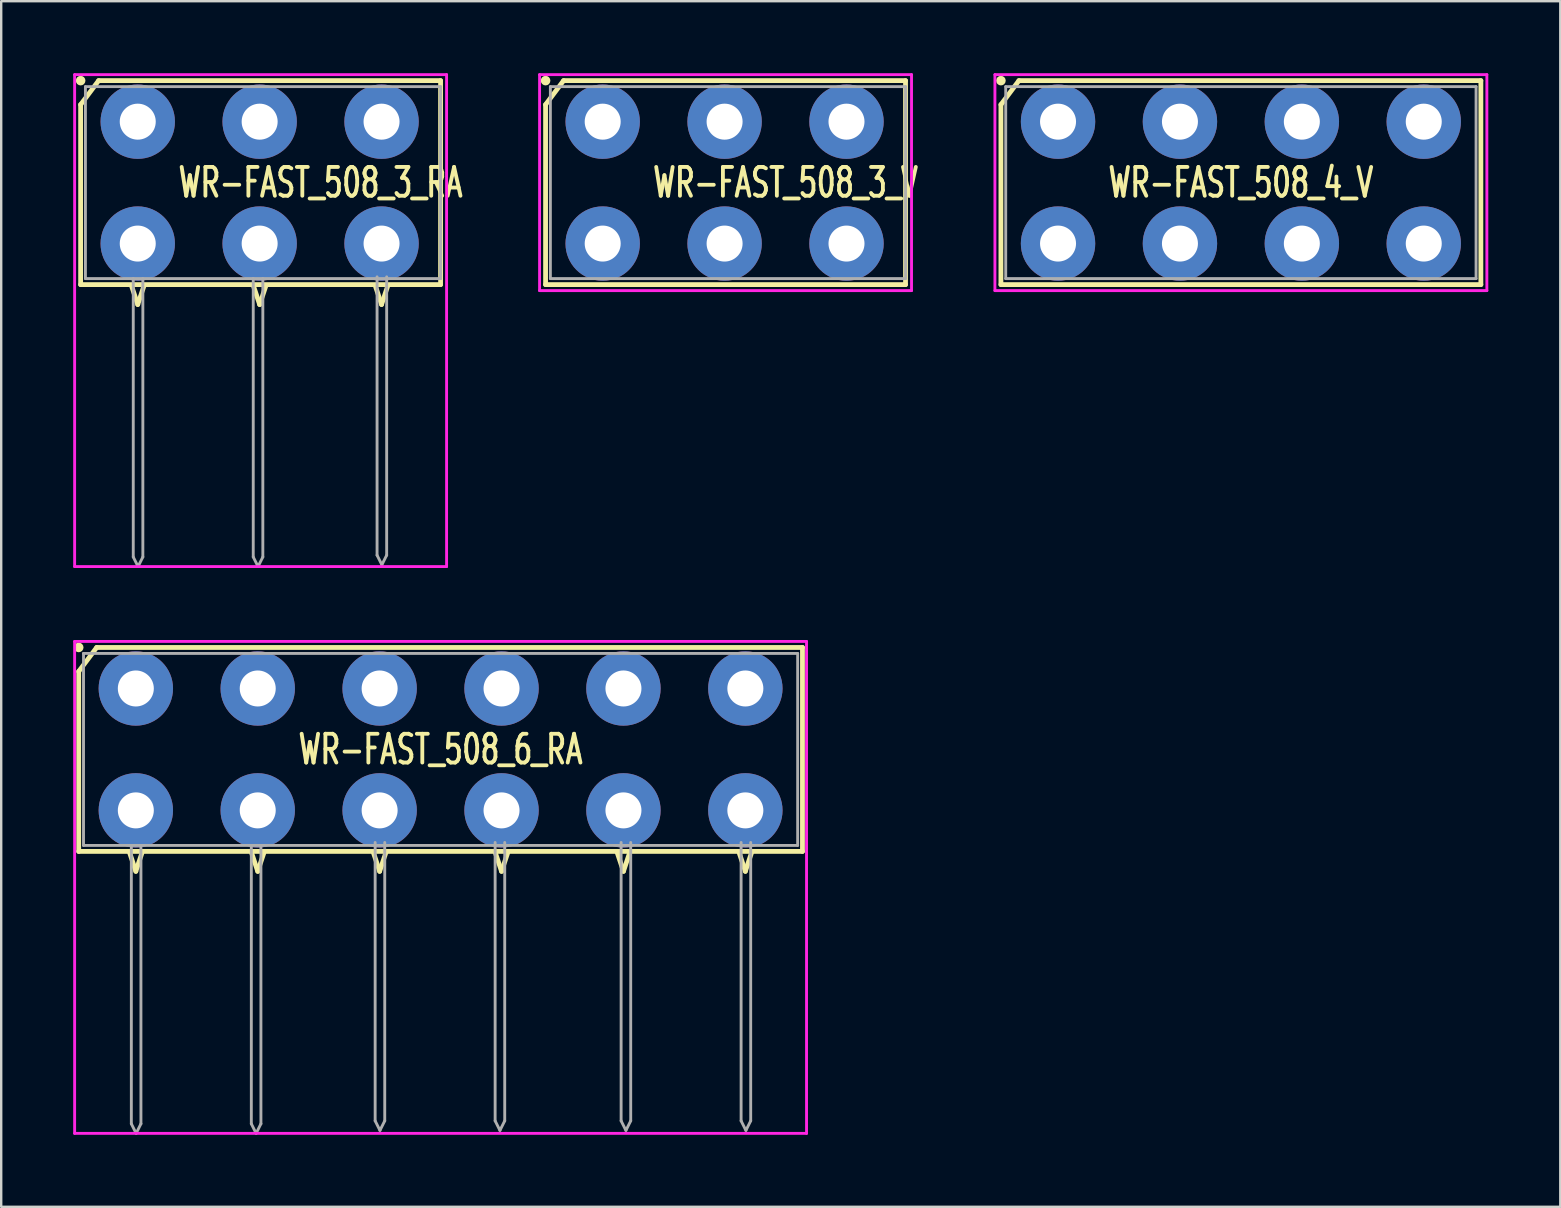
<source format=kicad_pcb>
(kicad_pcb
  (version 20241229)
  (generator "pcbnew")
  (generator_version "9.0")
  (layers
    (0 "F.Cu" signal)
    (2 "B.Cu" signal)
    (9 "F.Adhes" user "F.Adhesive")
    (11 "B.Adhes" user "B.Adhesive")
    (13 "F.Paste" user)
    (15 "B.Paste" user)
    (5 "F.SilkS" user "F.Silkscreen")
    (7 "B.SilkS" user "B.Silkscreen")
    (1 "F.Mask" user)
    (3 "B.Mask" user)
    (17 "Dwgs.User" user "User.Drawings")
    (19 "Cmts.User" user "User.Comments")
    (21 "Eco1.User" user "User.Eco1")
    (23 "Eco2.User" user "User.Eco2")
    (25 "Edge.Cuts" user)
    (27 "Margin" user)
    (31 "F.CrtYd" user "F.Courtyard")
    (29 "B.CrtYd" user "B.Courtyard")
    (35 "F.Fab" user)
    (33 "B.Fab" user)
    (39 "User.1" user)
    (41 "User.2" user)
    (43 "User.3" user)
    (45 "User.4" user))
  (footprint "WR-FAST_508_6_RA"
    (layer "F.Cu")
    (at 15.31 28.18)
    (property "Reference" "WR-FAST_508_6_RA" (at 0 0 0) (layer "F.SilkS") (effects (font (size 1.2 0.8) (thickness 0.16))))
    (attr through_hole)
    (fp_line (start -15.08 4.25) (end -15.08 -3.25) (stroke (width 0.2) (type solid)) (layer "F.SilkS"))
    (fp_line (start -14.33 -4.25) (end -15.08 -3.25) (stroke (width 0.2) (type solid)) (layer "F.SilkS"))
    (fp_line (start -14.33 -4.25) (end 15.08 -4.25) (stroke (width 0.2) (type solid)) (layer "F.SilkS"))
    (fp_line (start -12.954 4.318) (end -12.7 5.08) (stroke (width 0.2) (type solid)) (layer "F.SilkS"))
    (fp_line (start -12.7 5.08) (end -12.446 4.318) (stroke (width 0.2) (type solid)) (layer "F.SilkS"))
    (fp_line (start -7.874 4.318) (end -7.62 5.08) (stroke (width 0.2) (type solid)) (layer "F.SilkS"))
    (fp_line (start -7.62 5.08) (end -7.366 4.318) (stroke (width 0.2) (type solid)) (layer "F.SilkS"))
    (fp_line (start -2.794 4.318) (end -2.54 5.08) (stroke (width 0.2) (type solid)) (layer "F.SilkS"))
    (fp_line (start -2.54 5.08) (end -2.286 4.318) (stroke (width 0.2) (type solid)) (layer "F.SilkS"))
    (fp_line (start 2.286 4.318) (end 2.54 5.08) (stroke (width 0.2) (type solid)) (layer "F.SilkS"))
    (fp_line (start 2.54 5.08) (end 2.794 4.318) (stroke (width 0.2) (type solid)) (layer "F.SilkS"))
    (fp_line (start 7.366 4.318) (end 7.62 5.08) (stroke (width 0.2) (type solid)) (layer "F.SilkS"))
    (fp_line (start 7.62 5.08) (end 7.874 4.318) (stroke (width 0.2) (type solid)) (layer "F.SilkS"))
    (fp_line (start 12.446 4.318) (end 12.7 5.08) (stroke (width 0.2) (type solid)) (layer "F.SilkS"))
    (fp_line (start 12.7 5.08) (end 12.954 4.318) (stroke (width 0.2) (type solid)) (layer "F.SilkS"))
    (fp_line (start 15.08 -4.25) (end 15.08 4.25) (stroke (width 0.2) (type solid)) (layer "F.SilkS"))
    (fp_line (start 15.08 4.25) (end -15.08 4.25) (stroke (width 0.2) (type solid)) (layer "F.SilkS"))
    (fp_circle (center -15.08 -4.25) (end -15.18 -4.25) (stroke (width 0.2) (type solid)) (fill no) (layer "F.SilkS"))
    (fp_line (start -15.25 -4.5) (end 15.25 -4.5) (stroke (width 0.12) (type solid)) (layer "F.CrtYd"))
    (fp_line (start -15.25 16) (end -15.25 -4.5) (stroke (width 0.12) (type solid)) (layer "F.CrtYd"))
    (fp_line (start 15.25 -4.5) (end 15.25 16) (stroke (width 0.12) (type solid)) (layer "F.CrtYd"))
    (fp_line (start 15.25 16) (end -15.25 16) (stroke (width 0.12) (type solid)) (layer "F.CrtYd"))
    (fp_line (start -14.88 -4) (end 14.88 -4) (stroke (width 0.12) (type solid)) (layer "F.Fab"))
    (fp_line (start -14.88 4) (end -14.88 -4) (stroke (width 0.12) (type solid)) (layer "F.Fab"))
    (fp_line (start -12.887 4) (end -12.887 15.6) (stroke (width 0.12) (type solid)) (layer "F.Fab"))
    (fp_line (start -12.887 15.6) (end -12.687 16) (stroke (width 0.12) (type solid)) (layer "F.Fab"))
    (fp_line (start -12.687 16) (end -12.487 15.6) (stroke (width 0.12) (type solid)) (layer "F.Fab"))
    (fp_line (start -12.487 4) (end -12.487 15.6) (stroke (width 0.12) (type solid)) (layer "F.Fab"))
    (fp_line (start -7.887 4) (end -7.887 15.6) (stroke (width 0.12) (type solid)) (layer "F.Fab"))
    (fp_line (start -7.887 15.6) (end -7.687 16) (stroke (width 0.12) (type solid)) (layer "F.Fab"))
    (fp_line (start -7.687 16) (end -7.487 15.6) (stroke (width 0.12) (type solid)) (layer "F.Fab"))
    (fp_line (start -7.487 4) (end -7.487 15.6) (stroke (width 0.12) (type solid)) (layer "F.Fab"))
    (fp_line (start -2.727 3.877) (end -2.727 15.477) (stroke (width 0.12) (type solid)) (layer "F.Fab"))
    (fp_line (start -2.727 15.477) (end -2.527 15.877) (stroke (width 0.12) (type solid)) (layer "F.Fab"))
    (fp_line (start -2.527 15.877) (end -2.327 15.477) (stroke (width 0.12) (type solid)) (layer "F.Fab"))
    (fp_line (start -2.327 3.877) (end -2.327 15.477) (stroke (width 0.12) (type solid)) (layer "F.Fab"))
    (fp_line (start 2.273 3.877) (end 2.273 15.477) (stroke (width 0.12) (type solid)) (layer "F.Fab"))
    (fp_line (start 2.273 15.477) (end 2.473 15.877) (stroke (width 0.12) (type solid)) (layer "F.Fab"))
    (fp_line (start 2.473 15.877) (end 2.673 15.477) (stroke (width 0.12) (type solid)) (layer "F.Fab"))
    (fp_line (start 2.673 3.877) (end 2.673 15.477) (stroke (width 0.12) (type solid)) (layer "F.Fab"))
    (fp_line (start 7.523 3.877) (end 7.523 15.477) (stroke (width 0.12) (type solid)) (layer "F.Fab"))
    (fp_line (start 7.523 15.477) (end 7.723 15.877) (stroke (width 0.12) (type solid)) (layer "F.Fab"))
    (fp_line (start 7.723 15.877) (end 7.923 15.477) (stroke (width 0.12) (type solid)) (layer "F.Fab"))
    (fp_line (start 7.923 3.877) (end 7.923 15.477) (stroke (width 0.12) (type solid)) (layer "F.Fab"))
    (fp_line (start 12.523 3.877) (end 12.523 15.477) (stroke (width 0.12) (type solid)) (layer "F.Fab"))
    (fp_line (start 12.523 15.477) (end 12.723 15.877) (stroke (width 0.12) (type solid)) (layer "F.Fab"))
    (fp_line (start 12.723 15.877) (end 12.923 15.477) (stroke (width 0.12) (type solid)) (layer "F.Fab"))
    (fp_line (start 12.923 3.877) (end 12.923 15.477) (stroke (width 0.12) (type solid)) (layer "F.Fab"))
    (fp_line (start 14.88 -4) (end 14.88 4) (stroke (width 0.12) (type solid)) (layer "F.Fab"))
    (fp_line (start 14.88 4) (end -14.88 4) (stroke (width 0.12) (type solid)) (layer "F.Fab"))
    (pad "1" thru_hole circle (at -12.7 -2.54 180) (size 3.1 3.1) (drill 1.5) (layers "*.Cu" "*.Mask"))
    (pad "1" thru_hole circle (at -12.7 2.54 180) (size 3.1 3.1) (drill 1.5) (layers "*.Cu" "*.Mask"))
    (pad "2" thru_hole circle (at -7.62 -2.54 180) (size 3.1 3.1) (drill 1.5) (layers "*.Cu" "*.Mask"))
    (pad "2" thru_hole circle (at -7.62 2.54 180) (size 3.1 3.1) (drill 1.5) (layers "*.Cu" "*.Mask"))
    (pad "3" thru_hole circle (at -2.54 -2.54) (size 3.1 3.1) (drill 1.5) (layers "*.Cu" "*.Mask"))
    (pad "3" thru_hole circle (at -2.54 2.54) (size 3.1 3.1) (drill 1.5) (layers "*.Cu" "*.Mask"))
    (pad "4" thru_hole circle (at 2.54 -2.54) (size 3.1 3.1) (drill 1.5) (layers "*.Cu" "*.Mask"))
    (pad "4" thru_hole circle (at 2.54 2.54) (size 3.1 3.1) (drill 1.5) (layers "*.Cu" "*.Mask"))
    (pad "5" thru_hole circle (at 7.62 -2.54) (size 3.1 3.1) (drill 1.5) (layers "*.Cu" "*.Mask"))
    (pad "5" thru_hole circle (at 7.62 2.54) (size 3.1 3.1) (drill 1.5) (layers "*.Cu" "*.Mask"))
    (pad "6" thru_hole circle (at 12.7 -2.54) (size 3.1 3.1) (drill 1.5) (layers "*.Cu" "*.Mask"))
    (pad "6" thru_hole circle (at 12.7 2.54) (size 3.1 3.1) (drill 1.5) (layers "*.Cu" "*.Mask")))
  (footprint "WR-FAST_508_3_V"
    (layer "F.Cu")
    (at 27.145 4.56)
    (property "Reference" "WR-FAST_508_3_V" (at 2.54 0 0) (layer "F.SilkS") (effects (font (size 1.2 0.8) (thickness 0.16))))
    (attr through_hole)
    (fp_line (start -7.46 4.25) (end -7.46 -3.25) (stroke (width 0.2) (type solid)) (layer "F.SilkS"))
    (fp_line (start -6.71 -4.25) (end -7.46 -3.25) (stroke (width 0.2) (type solid)) (layer "F.SilkS"))
    (fp_line (start -6.71 -4.25) (end 7.54 -4.25) (stroke (width 0.2) (type solid)) (layer "F.SilkS"))
    (fp_line (start 7.54 -4.25) (end 7.54 4.25) (stroke (width 0.2) (type solid)) (layer "F.SilkS"))
    (fp_line (start 7.54 4.25) (end -7.46 4.25) (stroke (width 0.2) (type solid)) (layer "F.SilkS"))
    (fp_circle (center -7.46 -4.25) (end -7.56 -4.25) (stroke (width 0.2) (type solid)) (fill no) (layer "F.SilkS"))
    (fp_line (start -7.71 -4.5) (end 7.79 -4.5) (stroke (width 0.12) (type solid)) (layer "F.CrtYd"))
    (fp_line (start -7.71 4.5) (end -7.71 -4.5) (stroke (width 0.12) (type solid)) (layer "F.CrtYd"))
    (fp_line (start 7.79 -4.5) (end 7.79 4.5) (stroke (width 0.12) (type solid)) (layer "F.CrtYd"))
    (fp_line (start 7.79 4.5) (end -7.71 4.5) (stroke (width 0.12) (type solid)) (layer "F.CrtYd"))
    (fp_line (start -7.26 -4) (end 7.54 -4) (stroke (width 0.12) (type solid)) (layer "F.Fab"))
    (fp_line (start -7.26 4) (end -7.26 -4) (stroke (width 0.12) (type solid)) (layer "F.Fab"))
    (fp_line (start 7.54 -4) (end 7.54 4) (stroke (width 0.12) (type solid)) (layer "F.Fab"))
    (fp_line (start 7.54 4) (end -7.26 4) (stroke (width 0.12) (type solid)) (layer "F.Fab"))
    (pad "1" thru_hole circle (at -5.08 -2.54 180) (size 3.1 3.1) (drill 1.5) (layers "*.Cu" "*.Mask"))
    (pad "1" thru_hole circle (at -5.08 2.54 180) (size 3.1 3.1) (drill 1.5) (layers "*.Cu" "*.Mask"))
    (pad "2" thru_hole circle (at 0 -2.54 180) (size 3.1 3.1) (drill 1.5) (layers "*.Cu" "*.Mask"))
    (pad "2" thru_hole circle (at 0 2.54 180) (size 3.1 3.1) (drill 1.5) (layers "*.Cu" "*.Mask"))
    (pad "3" thru_hole circle (at 5.08 -2.54) (size 3.1 3.1) (drill 1.5) (layers "*.Cu" "*.Mask"))
    (pad "3" thru_hole circle (at 5.08 2.54) (size 3.1 3.1) (drill 1.5) (layers "*.Cu" "*.Mask")))
  (footprint "WR-FAST_508_4_V"
    (layer "F.Cu")
    (at 48.66 4.56)
    (property "Reference" "WR-FAST_508_4_V" (at 0 0 0) (layer "F.SilkS") (effects (font (size 1.2 0.8) (thickness 0.16))))
    (attr through_hole)
    (fp_line (start -10 4.25) (end -10 -3.25) (stroke (width 0.2) (type solid)) (layer "F.SilkS"))
    (fp_line (start -9.25 -4.25) (end -10 -3.25) (stroke (width 0.2) (type solid)) (layer "F.SilkS"))
    (fp_line (start -9.25 -4.25) (end 10 -4.25) (stroke (width 0.2) (type solid)) (layer "F.SilkS"))
    (fp_line (start 10 -4.25) (end 10 4.25) (stroke (width 0.2) (type solid)) (layer "F.SilkS"))
    (fp_line (start 10 4.25) (end -10 4.25) (stroke (width 0.2) (type solid)) (layer "F.SilkS"))
    (fp_circle (center -10 -4.25) (end -10.1 -4.25) (stroke (width 0.2) (type solid)) (fill no) (layer "F.SilkS"))
    (fp_line (start -10.25 -4.5) (end 10.25 -4.5) (stroke (width 0.12) (type solid)) (layer "F.CrtYd"))
    (fp_line (start -10.25 4.5) (end -10.25 -4.5) (stroke (width 0.12) (type solid)) (layer "F.CrtYd"))
    (fp_line (start 10.25 -4.5) (end 10.25 4.5) (stroke (width 0.12) (type solid)) (layer "F.CrtYd"))
    (fp_line (start 10.25 4.5) (end -10.25 4.5) (stroke (width 0.12) (type solid)) (layer "F.CrtYd"))
    (fp_line (start -9.8 -4) (end 9.8 -4) (stroke (width 0.12) (type solid)) (layer "F.Fab"))
    (fp_line (start -9.8 4) (end -9.8 -4) (stroke (width 0.12) (type solid)) (layer "F.Fab"))
    (fp_line (start 9.8 -4) (end 9.8 4) (stroke (width 0.12) (type solid)) (layer "F.Fab"))
    (fp_line (start 9.8 4) (end -9.8 4) (stroke (width 0.12) (type solid)) (layer "F.Fab"))
    (pad "1" thru_hole circle (at -7.62 -2.54 180) (size 3.1 3.1) (drill 1.5) (layers "*.Cu" "*.Mask"))
    (pad "1" thru_hole circle (at -7.62 2.54 180) (size 3.1 3.1) (drill 1.5) (layers "*.Cu" "*.Mask"))
    (pad "2" thru_hole circle (at -2.54 -2.54 180) (size 3.1 3.1) (drill 1.5) (layers "*.Cu" "*.Mask"))
    (pad "2" thru_hole circle (at -2.54 2.54 180) (size 3.1 3.1) (drill 1.5) (layers "*.Cu" "*.Mask"))
    (pad "3" thru_hole circle (at 2.54 -2.54) (size 3.1 3.1) (drill 1.5) (layers "*.Cu" "*.Mask"))
    (pad "3" thru_hole circle (at 2.54 2.54) (size 3.1 3.1) (drill 1.5) (layers "*.Cu" "*.Mask"))
    (pad "4" thru_hole circle (at 7.62 -2.54) (size 3.1 3.1) (drill 1.5) (layers "*.Cu" "*.Mask"))
    (pad "4" thru_hole circle (at 7.62 2.54) (size 3.1 3.1) (drill 1.5) (layers "*.Cu" "*.Mask")))
  (footprint "WR-FAST_508_3_RA"
    (layer "F.Cu")
    (at 7.77 4.56)
    (property "Reference" "WR-FAST_508_3_RA" (at 2.54 0 0) (layer "F.SilkS") (effects (font (size 1.2 0.8) (thickness 0.16))))
    (attr through_hole)
    (fp_line (start -7.46 4.25) (end -7.46 -3.25) (stroke (width 0.2) (type solid)) (layer "F.SilkS"))
    (fp_line (start -6.71 -4.25) (end -7.46 -3.25) (stroke (width 0.2) (type solid)) (layer "F.SilkS"))
    (fp_line (start -6.71 -4.25) (end 7.54 -4.25) (stroke (width 0.2) (type solid)) (layer "F.SilkS"))
    (fp_line (start -5.334 4.318) (end -5.08 5.08) (stroke (width 0.2) (type solid)) (layer "F.SilkS"))
    (fp_line (start -5.08 5.08) (end -4.826 4.318) (stroke (width 0.2) (type solid)) (layer "F.SilkS"))
    (fp_line (start -0.254 4.318) (end 0 5.08) (stroke (width 0.2) (type solid)) (layer "F.SilkS"))
    (fp_line (start 0 5.08) (end 0.254 4.318) (stroke (width 0.2) (type solid)) (layer "F.SilkS"))
    (fp_line (start 4.826 4.318) (end 5.08 5.08) (stroke (width 0.2) (type solid)) (layer "F.SilkS"))
    (fp_line (start 5.08 5.08) (end 5.334 4.318) (stroke (width 0.2) (type solid)) (layer "F.SilkS"))
    (fp_line (start 7.54 -4.25) (end 7.54 4.25) (stroke (width 0.2) (type solid)) (layer "F.SilkS"))
    (fp_line (start 7.54 4.25) (end -7.46 4.25) (stroke (width 0.2) (type solid)) (layer "F.SilkS"))
    (fp_circle (center -7.46 -4.25) (end -7.56 -4.25) (stroke (width 0.2) (type solid)) (fill no) (layer "F.SilkS"))
    (fp_line (start -7.71 -4.5) (end 7.79 -4.5) (stroke (width 0.12) (type solid)) (layer "F.CrtYd"))
    (fp_line (start -7.71 16) (end -7.71 -4.5) (stroke (width 0.12) (type solid)) (layer "F.CrtYd"))
    (fp_line (start 7.79 -4.5) (end 7.79 16) (stroke (width 0.12) (type solid)) (layer "F.CrtYd"))
    (fp_line (start 7.79 16) (end -7.71 16) (stroke (width 0.12) (type solid)) (layer "F.CrtYd"))
    (fp_line (start -7.26 -4) (end 7.54 -4) (stroke (width 0.12) (type solid)) (layer "F.Fab"))
    (fp_line (start -7.26 4) (end -7.26 -4) (stroke (width 0.12) (type solid)) (layer "F.Fab"))
    (fp_line (start -5.267 4) (end -5.267 15.6) (stroke (width 0.12) (type solid)) (layer "F.Fab"))
    (fp_line (start -5.267 15.6) (end -5.067 16) (stroke (width 0.12) (type solid)) (layer "F.Fab"))
    (fp_line (start -5.067 16) (end -4.867 15.6) (stroke (width 0.12) (type solid)) (layer "F.Fab"))
    (fp_line (start -4.867 4) (end -4.867 15.6) (stroke (width 0.12) (type solid)) (layer "F.Fab"))
    (fp_line (start -0.267 4) (end -0.267 15.6) (stroke (width 0.12) (type solid)) (layer "F.Fab"))
    (fp_line (start -0.267 15.6) (end -0.067 16) (stroke (width 0.12) (type solid)) (layer "F.Fab"))
    (fp_line (start -0.067 16) (end 0.133 15.6) (stroke (width 0.12) (type solid)) (layer "F.Fab"))
    (fp_line (start 0.133 4) (end 0.133 15.6) (stroke (width 0.12) (type solid)) (layer "F.Fab"))
    (fp_line (start 4.893 3.927) (end 4.893 15.527) (stroke (width 0.12) (type solid)) (layer "F.Fab"))
    (fp_line (start 4.893 15.527) (end 5.093 15.927) (stroke (width 0.12) (type solid)) (layer "F.Fab"))
    (fp_line (start 5.093 15.927) (end 5.293 15.527) (stroke (width 0.12) (type solid)) (layer "F.Fab"))
    (fp_line (start 5.293 3.927) (end 5.293 15.527) (stroke (width 0.12) (type solid)) (layer "F.Fab"))
    (fp_line (start 7.54 -4) (end 7.54 4) (stroke (width 0.12) (type solid)) (layer "F.Fab"))
    (fp_line (start 7.54 4) (end -7.26 4) (stroke (width 0.12) (type solid)) (layer "F.Fab"))
    (pad "1" thru_hole circle (at -5.08 -2.54 180) (size 3.1 3.1) (drill 1.5) (layers "*.Cu" "*.Mask"))
    (pad "1" thru_hole circle (at -5.08 2.54 180) (size 3.1 3.1) (drill 1.5) (layers "*.Cu" "*.Mask"))
    (pad "2" thru_hole circle (at 0 -2.54 180) (size 3.1 3.1) (drill 1.5) (layers "*.Cu" "*.Mask"))
    (pad "2" thru_hole circle (at 0 2.54 180) (size 3.1 3.1) (drill 1.5) (layers "*.Cu" "*.Mask"))
    (pad "3" thru_hole circle (at 5.08 -2.54) (size 3.1 3.1) (drill 1.5) (layers "*.Cu" "*.Mask"))
    (pad "3" thru_hole circle (at 5.08 2.54) (size 3.1 3.1) (drill 1.5) (layers "*.Cu" "*.Mask")))
  (gr_rect
    (start -3 -3)
    (end 61.97 47.24)
    (stroke (width 0.1) (type default))
    (fill no)
    (layer "Edge.Cuts")))
</source>
